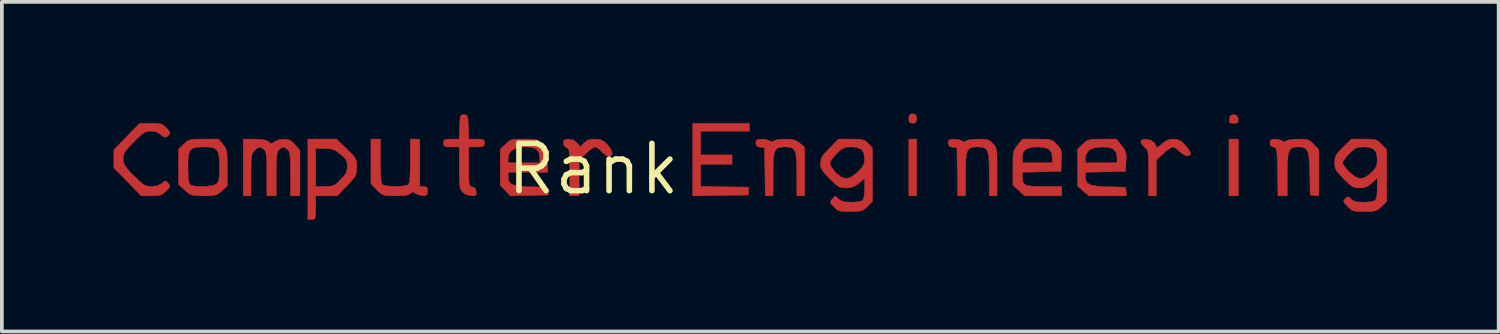
<source format=kicad_pcb>
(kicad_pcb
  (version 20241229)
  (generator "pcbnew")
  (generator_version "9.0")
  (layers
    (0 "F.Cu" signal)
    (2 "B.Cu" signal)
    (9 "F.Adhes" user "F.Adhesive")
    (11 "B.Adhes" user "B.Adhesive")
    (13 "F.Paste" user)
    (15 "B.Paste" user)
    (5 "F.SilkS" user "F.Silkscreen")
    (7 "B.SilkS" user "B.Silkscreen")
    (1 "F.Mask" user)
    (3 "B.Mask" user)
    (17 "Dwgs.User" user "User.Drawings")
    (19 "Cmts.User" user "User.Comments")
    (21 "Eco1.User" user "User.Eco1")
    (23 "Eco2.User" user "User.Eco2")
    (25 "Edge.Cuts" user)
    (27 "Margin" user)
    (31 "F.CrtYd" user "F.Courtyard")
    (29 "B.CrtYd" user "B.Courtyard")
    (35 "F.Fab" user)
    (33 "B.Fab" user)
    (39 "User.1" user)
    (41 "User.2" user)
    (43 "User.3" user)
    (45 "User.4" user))
  (footprint "Rank"
    (layer "F.Cu")
    (at 12.874 1.487)
    (property "Reference" "Rank" (at 0 0 0) (layer "F.SilkS") (effects (font (size 1.27 1.27) (thickness 0.15))))
    (attr through_hole)
    (fp_poly (pts (xy 8.678 0.72) (xy 8.467 0.72) (xy 8.467 -0.804) (xy 8.678 -0.804) (xy 8.678 0.72)) (stroke (width 0.01) (type solid)) (fill yes) (layer "F.Cu"))
    (fp_poly (pts (xy 17.314 0.72) (xy 17.06 0.72) (xy 17.06 -0.804) (xy 17.314 -0.804) (xy 17.314 0.72)) (stroke (width 0.01) (type solid)) (fill yes) (layer "F.Cu"))
    (fp_poly (pts (xy 8.648 -1.468) (xy 8.676 -1.41) (xy 8.678 -1.355) (xy 8.667 -1.264) (xy 8.619 -1.231) (xy 8.572 -1.228) (xy 8.497 -1.241) (xy 8.469 -1.299) (xy 8.467 -1.355) (xy 8.478 -1.445) (xy 8.526 -1.479) (xy 8.572 -1.482) (xy 8.648 -1.468)) (stroke (width 0.01) (type solid)) (fill yes) (layer "F.Cu"))
    (fp_poly (pts (xy 17.269 -1.442) (xy 17.303 -1.37) (xy 17.307 -1.344) (xy 17.306 -1.263) (xy 17.264 -1.232) (xy 17.187 -1.228) (xy 17.096 -1.236) (xy 17.065 -1.276) (xy 17.068 -1.344) (xy 17.095 -1.431) (xy 17.164 -1.46) (xy 17.187 -1.46) (xy 17.269 -1.442)) (stroke (width 0.01) (type solid)) (fill yes) (layer "F.Cu"))
    (fp_poly (pts (xy 4.191 -1.016) (xy 2.879 -1.016) (xy 2.879 -0.381) (xy 3.725 -0.381) (xy 3.725 -0.127) (xy 2.879 -0.127) (xy 2.879 0.463) (xy 3.524 0.475) (xy 4.17 0.487) (xy 4.17 0.699) (xy 2.667 0.722) (xy 2.667 -1.228) (xy 4.191 -1.228) (xy 4.191 -1.016)) (stroke (width 0.01) (type solid)) (fill yes) (layer "F.Cu"))
    (fp_poly (pts (xy 0.18 -0.794) (xy 0.28 -0.748) (xy 0.373 -0.665) (xy 0.465 -0.545) (xy 0.506 -0.441) (xy 0.492 -0.367) (xy 0.422 -0.339) (xy 0.421 -0.339) (xy 0.338 -0.369) (xy 0.244 -0.446) (xy 0.226 -0.466) (xy 0.141 -0.548) (xy 0.064 -0.591) (xy 0.051 -0.593) (xy -0.015 -0.565) (xy -0.114 -0.492) (xy -0.199 -0.415) (xy -0.381 -0.236) (xy -0.381 0.72) (xy -0.635 0.72) (xy -0.635 0.088) (xy -0.636 -0.157) (xy -0.639 -0.329) (xy -0.646 -0.444) (xy -0.659 -0.513) (xy -0.68 -0.55) (xy -0.71 -0.568) (xy -0.72 -0.572) (xy -0.791 -0.634) (xy -0.804 -0.701) (xy -0.792 -0.772) (xy -0.74 -0.8) (xy -0.659 -0.804) (xy -0.521 -0.776) (xy -0.432 -0.7) (xy -0.35 -0.596) (xy -0.252 -0.7) (xy -0.162 -0.771) (xy -0.048 -0.801) (xy 0.041 -0.804) (xy 0.18 -0.794)) (stroke (width 0.01) (type solid)) (fill yes) (layer "F.Cu"))
    (fp_poly (pts (xy 5.309 -0.798) (xy 5.418 -0.774) (xy 5.508 -0.722) (xy 5.542 -0.695) (xy 5.673 -0.585) (xy 5.673 0.72) (xy 5.461 0.72) (xy 5.461 0.134) (xy 5.458 -0.131) (xy 5.447 -0.322) (xy 5.423 -0.452) (xy 5.379 -0.532) (xy 5.311 -0.575) (xy 5.213 -0.591) (xy 5.136 -0.593) (xy 5.024 -0.586) (xy 4.942 -0.56) (xy 4.886 -0.502) (xy 4.852 -0.4) (xy 4.834 -0.244) (xy 4.827 -0.021) (xy 4.826 0.141) (xy 4.826 0.72) (xy 4.617 0.72) (xy 4.593 -0.572) (xy 4.477 -0.585) (xy 4.389 -0.612) (xy 4.361 -0.681) (xy 4.36 -0.701) (xy 4.371 -0.769) (xy 4.418 -0.798) (xy 4.521 -0.804) (xy 4.64 -0.792) (xy 4.724 -0.761) (xy 4.733 -0.754) (xy 4.79 -0.725) (xy 4.834 -0.754) (xy 4.903 -0.781) (xy 5.029 -0.799) (xy 5.149 -0.804) (xy 5.309 -0.798)) (stroke (width 0.01) (type solid)) (fill yes) (layer "F.Cu"))
    (fp_poly (pts (xy -5.715 -0.22) (xy -5.711 0.058) (xy -5.701 0.256) (xy -5.682 0.375) (xy -5.664 0.415) (xy -5.594 0.443) (xy -5.46 0.46) (xy -5.313 0.466) (xy -5.142 0.458) (xy -5.016 0.439) (xy -4.961 0.415) (xy -4.938 0.35) (xy -4.921 0.21) (xy -4.913 -0.009) (xy -4.911 -0.22) (xy -4.911 -0.804) (xy -4.657 -0.804) (xy -4.657 0.466) (xy -4.551 0.466) (xy -4.475 0.479) (xy -4.448 0.537) (xy -4.445 0.593) (xy -4.456 0.683) (xy -4.505 0.716) (xy -4.563 0.72) (xy -4.686 0.697) (xy -4.77 0.657) (xy -4.842 0.617) (xy -4.889 0.633) (xy -4.911 0.657) (xy -4.968 0.691) (xy -5.077 0.712) (xy -5.253 0.719) (xy -5.309 0.72) (xy -5.481 0.718) (xy -5.593 0.709) (xy -5.67 0.683) (xy -5.737 0.634) (xy -5.812 0.559) (xy -5.969 0.399) (xy -5.969 -0.804) (xy -5.715 -0.804) (xy -5.715 -0.22)) (stroke (width 0.01) (type solid)) (fill yes) (layer "F.Cu"))
    (fp_poly (pts (xy 15.678 -0.795) (xy 15.766 -0.755) (xy 15.862 -0.667) (xy 15.894 -0.632) (xy 15.977 -0.528) (xy 16.027 -0.444) (xy 16.033 -0.41) (xy 15.98 -0.353) (xy 15.89 -0.361) (xy 15.78 -0.43) (xy 15.745 -0.463) (xy 15.651 -0.543) (xy 15.572 -0.589) (xy 15.553 -0.593) (xy 15.491 -0.566) (xy 15.393 -0.495) (xy 15.303 -0.418) (xy 15.113 -0.243) (xy 15.113 0.72) (xy 14.901 0.72) (xy 14.901 0.113) (xy 14.901 -0.125) (xy 14.898 -0.293) (xy 14.89 -0.407) (xy 14.875 -0.48) (xy 14.85 -0.529) (xy 14.814 -0.568) (xy 14.796 -0.585) (xy 14.707 -0.684) (xy 14.695 -0.757) (xy 14.759 -0.797) (xy 14.831 -0.804) (xy 14.964 -0.776) (xy 15.066 -0.702) (xy 15.112 -0.604) (xy 15.113 -0.592) (xy 15.139 -0.582) (xy 15.207 -0.627) (xy 15.253 -0.669) (xy 15.369 -0.762) (xy 15.485 -0.8) (xy 15.565 -0.804) (xy 15.678 -0.795)) (stroke (width 0.01) (type solid)) (fill yes) (layer "F.Cu"))
    (fp_poly (pts (xy 14.177 -0.635) (xy 14.252 -0.533) (xy 14.291 -0.445) (xy 14.304 -0.336) (xy 14.3 -0.201) (xy 14.287 0.064) (xy 13.208 0.087) (xy 13.208 0.206) (xy 13.22 0.307) (xy 13.265 0.378) (xy 13.353 0.426) (xy 13.497 0.455) (xy 13.709 0.471) (xy 13.823 0.475) (xy 14.287 0.487) (xy 14.301 0.603) (xy 14.314 0.72) (xy 13.296 0.72) (xy 13.146 0.588) (xy 12.996 0.457) (xy 12.996 -0.289) (xy 13.208 -0.289) (xy 13.208 -0.169) (xy 14.055 -0.169) (xy 14.055 -0.304) (xy 14.033 -0.444) (xy 13.96 -0.534) (xy 13.827 -0.581) (xy 13.659 -0.593) (xy 13.444 -0.569) (xy 13.297 -0.498) (xy 13.22 -0.38) (xy 13.208 -0.289) (xy 12.996 -0.289) (xy 12.996 -0.534) (xy 13.136 -0.669) (xy 13.206 -0.733) (xy 13.27 -0.773) (xy 13.35 -0.794) (xy 13.468 -0.803) (xy 13.647 -0.804) (xy 13.658 -0.804) (xy 14.04 -0.804) (xy 14.177 -0.635)) (stroke (width 0.01) (type solid)) (fill yes) (layer "F.Cu"))
    (fp_poly (pts (xy -6.622 -0.544) (xy -6.492 -0.417) (xy -6.412 -0.328) (xy -6.37 -0.254) (xy -6.353 -0.173) (xy -6.35 -0.065) (xy -6.35 -0.053) (xy -6.353 0.06) (xy -6.369 0.144) (xy -6.409 0.222) (xy -6.486 0.316) (xy -6.611 0.448) (xy -6.611 0.448) (xy -6.871 0.72) (xy -7.451 0.72) (xy -7.451 1.037) (xy -7.452 1.199) (xy -7.46 1.293) (xy -7.48 1.339) (xy -7.519 1.353) (xy -7.556 1.355) (xy -7.662 1.355) (xy -7.662 -0.55) (xy -7.451 -0.55) (xy -7.451 0.466) (xy -7.205 0.466) (xy -7.064 0.461) (xy -6.968 0.439) (xy -6.884 0.382) (xy -6.782 0.284) (xy -6.678 0.168) (xy -6.624 0.075) (xy -6.605 -0.027) (xy -6.604 -0.073) (xy -6.612 -0.182) (xy -6.647 -0.264) (xy -6.727 -0.347) (xy -6.788 -0.399) (xy -6.909 -0.489) (xy -7.014 -0.535) (xy -7.143 -0.549) (xy -7.212 -0.55) (xy -7.451 -0.55) (xy -7.662 -0.55) (xy -7.662 -0.804) (xy -6.893 -0.804) (xy -6.622 -0.544)) (stroke (width 0.01) (type solid)) (fill yes) (layer "F.Cu"))
    (fp_poly (pts (xy 19.078 -0.801) (xy 19.179 -0.784) (xy 19.253 -0.744) (xy 19.332 -0.671) (xy 19.338 -0.665) (xy 19.473 -0.525) (xy 19.473 0.725) (xy 19.241 0.699) (xy 19.229 0.129) (xy 19.22 -0.135) (xy 19.205 -0.326) (xy 19.177 -0.456) (xy 19.132 -0.535) (xy 19.065 -0.577) (xy 18.972 -0.592) (xy 18.923 -0.593) (xy 18.815 -0.586) (xy 18.737 -0.557) (xy 18.684 -0.496) (xy 18.651 -0.391) (xy 18.634 -0.229) (xy 18.627 0.000163) (xy 18.627 0.141) (xy 18.627 0.72) (xy 18.375 0.72) (xy 18.363 0.074) (xy 18.358 -0.172) (xy 18.353 -0.347) (xy 18.344 -0.462) (xy 18.331 -0.531) (xy 18.31 -0.566) (xy 18.281 -0.581) (xy 18.256 -0.585) (xy 18.18 -0.623) (xy 18.161 -0.701) (xy 18.174 -0.773) (xy 18.228 -0.801) (xy 18.301 -0.804) (xy 18.413 -0.79) (xy 18.49 -0.755) (xy 18.491 -0.754) (xy 18.549 -0.725) (xy 18.593 -0.754) (xy 18.662 -0.781) (xy 18.792 -0.799) (xy 18.923 -0.804) (xy 19.078 -0.801)) (stroke (width 0.01) (type solid)) (fill yes) (layer "F.Cu"))
    (fp_poly (pts (xy 10.487 -0.8) (xy 10.588 -0.783) (xy 10.661 -0.744) (xy 10.724 -0.686) (xy 10.767 -0.638) (xy 10.798 -0.591) (xy 10.818 -0.529) (xy 10.83 -0.438) (xy 10.835 -0.303) (xy 10.837 -0.108) (xy 10.837 0.076) (xy 10.837 0.72) (xy 10.626 0.72) (xy 10.626 0.134) (xy 10.623 -0.131) (xy 10.612 -0.322) (xy 10.587 -0.452) (xy 10.543 -0.532) (xy 10.475 -0.575) (xy 10.378 -0.591) (xy 10.301 -0.593) (xy 10.188 -0.586) (xy 10.107 -0.56) (xy 10.051 -0.502) (xy 10.017 -0.4) (xy 9.998 -0.244) (xy 9.991 -0.021) (xy 9.991 0.141) (xy 9.991 0.72) (xy 9.781 0.72) (xy 9.77 0.074) (xy 9.758 -0.572) (xy 9.641 -0.585) (xy 9.554 -0.612) (xy 9.526 -0.681) (xy 9.525 -0.701) (xy 9.535 -0.769) (xy 9.583 -0.798) (xy 9.686 -0.804) (xy 9.804 -0.792) (xy 9.889 -0.761) (xy 9.898 -0.754) (xy 9.955 -0.725) (xy 9.999 -0.754) (xy 10.069 -0.781) (xy 10.198 -0.799) (xy 10.33 -0.804) (xy 10.487 -0.8)) (stroke (width 0.01) (type solid)) (fill yes) (layer "F.Cu"))
    (fp_poly (pts (xy 12.096 -0.803) (xy 12.218 -0.796) (xy 12.298 -0.777) (xy 12.36 -0.74) (xy 12.424 -0.679) (xy 12.44 -0.663) (xy 12.512 -0.582) (xy 12.552 -0.511) (xy 12.568 -0.422) (xy 12.567 -0.285) (xy 12.564 -0.229) (xy 12.552 0.064) (xy 12.033 0.075) (xy 11.515 0.087) (xy 11.515 0.226) (xy 11.521 0.322) (xy 11.55 0.388) (xy 11.614 0.431) (xy 11.725 0.454) (xy 11.898 0.464) (xy 12.095 0.466) (xy 12.573 0.466) (xy 12.573 0.72) (xy 11.574 0.72) (xy 11.261 0.433) (xy 11.261 -0.028) (xy 11.262 -0.232) (xy 11.265 -0.311) (xy 11.515 -0.311) (xy 11.515 -0.169) (xy 12.319 -0.169) (xy 12.319 -0.304) (xy 12.297 -0.444) (xy 12.224 -0.535) (xy 12.091 -0.581) (xy 11.924 -0.593) (xy 11.727 -0.577) (xy 11.599 -0.526) (xy 11.532 -0.433) (xy 11.515 -0.311) (xy 11.265 -0.311) (xy 11.267 -0.371) (xy 11.282 -0.466) (xy 11.31 -0.536) (xy 11.355 -0.602) (xy 11.391 -0.647) (xy 11.521 -0.804) (xy 11.912 -0.804) (xy 12.096 -0.803)) (stroke (width 0.01) (type solid)) (fill yes) (layer "F.Cu"))
    (fp_poly (pts (xy -1.682 -0.803) (xy -1.567 -0.794) (xy -1.49 -0.771) (xy -1.427 -0.728) (xy -1.363 -0.665) (xy -1.292 -0.585) (xy -1.251 -0.512) (xy -1.233 -0.416) (xy -1.228 -0.272) (xy -1.228 -0.22) (xy -1.228 0.085) (xy -2.286 0.085) (xy -2.286 0.205) (xy -2.274 0.306) (xy -2.23 0.378) (xy -2.142 0.426) (xy -1.998 0.455) (xy -1.787 0.471) (xy -1.671 0.475) (xy -1.468 0.481) (xy -1.335 0.488) (xy -1.257 0.501) (xy -1.219 0.523) (xy -1.207 0.557) (xy -1.206 0.593) (xy -1.206 0.699) (xy -2.225 0.722) (xy -2.361 0.581) (xy -2.498 0.44) (xy -2.498 -0.289) (xy -2.286 -0.289) (xy -2.286 -0.169) (xy -1.439 -0.169) (xy -1.439 -0.304) (xy -1.461 -0.444) (xy -1.534 -0.534) (xy -1.667 -0.581) (xy -1.835 -0.593) (xy -2.05 -0.569) (xy -2.197 -0.498) (xy -2.274 -0.38) (xy -2.286 -0.289) (xy -2.498 -0.289) (xy -2.498 -0.534) (xy -2.358 -0.669) (xy -2.286 -0.735) (xy -2.22 -0.775) (xy -2.136 -0.796) (xy -2.012 -0.803) (xy -1.858 -0.804) (xy -1.682 -0.803)) (stroke (width 0.01) (type solid)) (fill yes) (layer "F.Cu"))
    (fp_poly (pts (xy -11.713 -1.225) (xy -11.609 -1.211) (xy -11.536 -1.178) (xy -11.468 -1.118) (xy -11.453 -1.102) (xy -11.379 -1.015) (xy -11.362 -0.957) (xy -11.386 -0.912) (xy -11.469 -0.852) (xy -11.557 -0.874) (xy -11.62 -0.931) (xy -11.728 -0.998) (xy -11.872 -1.016) (xy -11.959 -1.011) (xy -12.034 -0.987) (xy -12.114 -0.934) (xy -12.219 -0.84) (xy -12.331 -0.729) (xy -12.465 -0.59) (xy -12.549 -0.49) (xy -12.595 -0.411) (xy -12.613 -0.335) (xy -12.615 -0.273) (xy -12.61 -0.187) (xy -12.585 -0.113) (xy -12.529 -0.031) (xy -12.432 0.077) (xy -12.329 0.181) (xy -12.191 0.314) (xy -12.093 0.398) (xy -12.015 0.444) (xy -11.939 0.462) (xy -11.855 0.466) (xy -11.684 0.443) (xy -11.577 0.38) (xy -11.51 0.323) (xy -11.466 0.324) (xy -11.411 0.379) (xy -11.368 0.435) (xy -11.368 0.481) (xy -11.42 0.546) (xy -11.464 0.591) (xy -11.544 0.662) (xy -11.623 0.701) (xy -11.73 0.717) (xy -11.864 0.72) (xy -12.134 0.72) (xy -12.502 0.344) (xy -12.869 -0.031) (xy -12.869 -0.518) (xy -12.523 -0.873) (xy -12.177 -1.228) (xy -11.875 -1.228) (xy -11.713 -1.225)) (stroke (width 0.01) (type solid)) (fill yes) (layer "F.Cu"))
    (fp_poly (pts (xy -3.418 -1.456) (xy -3.386 -1.432) (xy -3.368 -1.37) (xy -3.358 -1.252) (xy -3.353 -1.132) (xy -3.341 -0.804) (xy -3.131 -0.804) (xy -3.006 -0.801) (xy -2.944 -0.783) (xy -2.923 -0.74) (xy -2.921 -0.699) (xy -2.928 -0.636) (xy -2.963 -0.604) (xy -3.048 -0.594) (xy -3.133 -0.593) (xy -3.344 -0.593) (xy -3.344 -0.066) (xy -3.344 0.152) (xy -3.34 0.301) (xy -3.331 0.393) (xy -3.314 0.443) (xy -3.287 0.465) (xy -3.249 0.473) (xy -3.17 0.514) (xy -3.14 0.603) (xy -3.14 0.682) (xy -3.179 0.714) (xy -3.271 0.72) (xy -3.429 0.682) (xy -3.506 0.622) (xy -3.544 0.575) (xy -3.57 0.52) (xy -3.586 0.44) (xy -3.594 0.319) (xy -3.598 0.141) (xy -3.598 -0.034) (xy -3.598 -0.593) (xy -3.81 -0.593) (xy -3.936 -0.596) (xy -3.998 -0.614) (xy -4.02 -0.656) (xy -4.022 -0.699) (xy -4.015 -0.762) (xy -3.979 -0.793) (xy -3.894 -0.803) (xy -3.812 -0.804) (xy -3.602 -0.804) (xy -3.59 -1.132) (xy -3.582 -1.297) (xy -3.57 -1.395) (xy -3.549 -1.443) (xy -3.51 -1.459) (xy -3.471 -1.46) (xy -3.418 -1.456)) (stroke (width 0.01) (type solid)) (fill yes) (layer "F.Cu"))
    (fp_poly (pts (xy -8.907 -0.797) (xy -8.785 -0.774) (xy -8.713 -0.734) (xy -8.649 -0.687) (xy -8.596 -0.702) (xy -8.559 -0.734) (xy -8.458 -0.784) (xy -8.316 -0.804) (xy -8.309 -0.804) (xy -8.187 -0.792) (xy -8.094 -0.744) (xy -8.005 -0.655) (xy -7.874 -0.505) (xy -7.874 0.72) (xy -8.128 0.72) (xy -8.128 0.134) (xy -8.129 -0.105) (xy -8.134 -0.273) (xy -8.144 -0.386) (xy -8.161 -0.458) (xy -8.187 -0.504) (xy -8.205 -0.523) (xy -8.298 -0.584) (xy -8.376 -0.572) (xy -8.439 -0.515) (xy -8.468 -0.469) (xy -8.488 -0.398) (xy -8.501 -0.286) (xy -8.507 -0.12) (xy -8.509 0.114) (xy -8.509 0.141) (xy -8.509 0.72) (xy -8.763 0.72) (xy -8.763 0.134) (xy -8.764 -0.105) (xy -8.769 -0.273) (xy -8.779 -0.386) (xy -8.796 -0.458) (xy -8.822 -0.504) (xy -8.84 -0.523) (xy -8.927 -0.582) (xy -9 -0.576) (xy -9.089 -0.5) (xy -9.094 -0.495) (xy -9.132 -0.448) (xy -9.158 -0.393) (xy -9.174 -0.313) (xy -9.182 -0.192) (xy -9.186 -0.014) (xy -9.186 0.161) (xy -9.186 0.72) (xy -9.398 0.72) (xy -9.398 -0.804) (xy -9.094 -0.804) (xy -8.907 -0.797)) (stroke (width 0.01) (type solid)) (fill yes) (layer "F.Cu"))
    (fp_poly (pts (xy -10.054 -0.804) (xy -9.938 -0.658) (xy -9.887 -0.591) (xy -9.854 -0.527) (xy -9.834 -0.446) (xy -9.825 -0.33) (xy -9.822 -0.16) (xy -9.821 -0.028) (xy -9.821 0.457) (xy -9.971 0.588) (xy -10.052 0.655) (xy -10.127 0.694) (xy -10.221 0.713) (xy -10.36 0.719) (xy -10.458 0.72) (xy -10.628 0.718) (xy -10.741 0.707) (xy -10.822 0.678) (xy -10.898 0.625) (xy -10.964 0.567) (xy -11.134 0.413) (xy -11.134 -0.044) (xy -10.88 -0.044) (xy -10.874 0.179) (xy -10.858 0.333) (xy -10.831 0.412) (xy -10.829 0.415) (xy -10.75 0.448) (xy -10.617 0.465) (xy -10.457 0.467) (xy -10.3 0.454) (xy -10.172 0.426) (xy -10.11 0.396) (xy -10.071 0.345) (xy -10.048 0.268) (xy -10.036 0.144) (xy -10.033 -0.039) (xy -10.038 -0.266) (xy -10.061 -0.421) (xy -10.112 -0.518) (xy -10.199 -0.57) (xy -10.333 -0.59) (xy -10.445 -0.593) (xy -10.623 -0.587) (xy -10.744 -0.561) (xy -10.82 -0.502) (xy -10.861 -0.396) (xy -10.877 -0.23) (xy -10.88 -0.044) (xy -11.134 -0.044) (xy -11.134 -0.534) (xy -10.994 -0.669) (xy -10.926 -0.732) (xy -10.864 -0.772) (xy -10.786 -0.793) (xy -10.672 -0.802) (xy -10.5 -0.804) (xy -10.454 -0.804) (xy -10.054 -0.804)) (stroke (width 0.01) (type solid)) (fill yes) (layer "F.Cu"))
    (fp_poly (pts (xy 7.096 -0.802) (xy 7.209 -0.792) (xy 7.283 -0.767) (xy 7.344 -0.721) (xy 7.379 -0.686) (xy 7.493 -0.567) (xy 7.493 0.872) (xy 7.353 1.008) (xy 7.276 1.077) (xy 7.204 1.118) (xy 7.112 1.137) (xy 6.974 1.143) (xy 6.896 1.143) (xy 6.729 1.141) (xy 6.622 1.128) (xy 6.549 1.099) (xy 6.484 1.045) (xy 6.457 1.017) (xy 6.382 0.934) (xy 6.361 0.883) (xy 6.388 0.833) (xy 6.413 0.804) (xy 6.491 0.718) (xy 6.582 0.804) (xy 6.662 0.856) (xy 6.774 0.883) (xy 6.926 0.889) (xy 7.072 0.881) (xy 7.185 0.86) (xy 7.231 0.838) (xy 7.258 0.769) (xy 7.276 0.642) (xy 7.281 0.516) (xy 7.281 0.245) (xy 7.132 0.377) (xy 7.01 0.465) (xy 6.888 0.503) (xy 6.786 0.508) (xy 6.684 0.503) (xy 6.604 0.481) (xy 6.523 0.429) (xy 6.418 0.335) (xy 6.343 0.261) (xy 6.218 0.131) (xy 6.144 0.036) (xy 6.107 -0.044) (xy 6.096 -0.131) (xy 6.096 -0.151) (xy 6.096 -0.152) (xy 6.35 -0.152) (xy 6.378 -0.074) (xy 6.451 0.03) (xy 6.507 0.093) (xy 6.649 0.213) (xy 6.78 0.256) (xy 6.913 0.222) (xy 7.062 0.111) (xy 7.1 0.076) (xy 7.206 -0.038) (xy 7.261 -0.13) (xy 7.28 -0.229) (xy 7.281 -0.27) (xy 7.259 -0.432) (xy 7.187 -0.534) (xy 7.055 -0.584) (xy 6.927 -0.593) (xy 6.799 -0.587) (xy 6.706 -0.558) (xy 6.614 -0.493) (xy 6.532 -0.415) (xy 6.434 -0.305) (xy 6.368 -0.206) (xy 6.35 -0.152) (xy 6.096 -0.152) (xy 6.104 -0.242) (xy 6.135 -0.323) (xy 6.202 -0.415) (xy 6.318 -0.54) (xy 6.338 -0.56) (xy 6.58 -0.804) (xy 6.923 -0.804) (xy 7.096 -0.802)) (stroke (width 0.01) (type solid)) (fill yes) (layer "F.Cu"))
    (fp_poly (pts (xy 20.854 -0.803) (xy 20.965 -0.792) (xy 21.041 -0.766) (xy 21.106 -0.717) (xy 21.158 -0.665) (xy 21.294 -0.525) (xy 21.294 0.872) (xy 21.154 1.008) (xy 21.076 1.077) (xy 21.005 1.118) (xy 20.913 1.137) (xy 20.774 1.143) (xy 20.697 1.143) (xy 20.532 1.141) (xy 20.425 1.129) (xy 20.351 1.099) (xy 20.282 1.042) (xy 20.243 1.002) (xy 20.162 0.915) (xy 20.134 0.862) (xy 20.153 0.821) (xy 20.185 0.79) (xy 20.248 0.744) (xy 20.296 0.758) (xy 20.341 0.804) (xy 20.406 0.854) (xy 20.501 0.881) (xy 20.652 0.889) (xy 20.678 0.889) (xy 20.828 0.881) (xy 20.942 0.86) (xy 20.989 0.838) (xy 21.017 0.769) (xy 21.035 0.64) (xy 21.04 0.512) (xy 21.04 0.237) (xy 20.9 0.373) (xy 20.788 0.463) (xy 20.676 0.502) (xy 20.571 0.508) (xy 20.47 0.503) (xy 20.391 0.48) (xy 20.309 0.425) (xy 20.202 0.327) (xy 20.139 0.263) (xy 20.017 0.136) (xy 19.945 0.045) (xy 19.909 -0.035) (xy 19.897 -0.124) (xy 19.897 -0.169) (xy 20.108 -0.169) (xy 20.136 -0.109) (xy 20.209 -0.013) (xy 20.286 0.072) (xy 20.438 0.202) (xy 20.573 0.254) (xy 20.704 0.229) (xy 20.846 0.128) (xy 20.879 0.097) (xy 20.977 -0.01) (xy 21.025 -0.102) (xy 21.039 -0.218) (xy 21.04 -0.249) (xy 21.021 -0.42) (xy 20.956 -0.526) (xy 20.834 -0.58) (xy 20.682 -0.593) (xy 20.553 -0.587) (xy 20.462 -0.56) (xy 20.374 -0.497) (xy 20.286 -0.411) (xy 20.191 -0.304) (xy 20.126 -0.214) (xy 20.108 -0.169) (xy 19.897 -0.169) (xy 19.897 -0.172) (xy 19.902 -0.277) (xy 19.928 -0.36) (xy 19.987 -0.445) (xy 20.093 -0.557) (xy 20.12 -0.584) (xy 20.344 -0.804) (xy 20.683 -0.804) (xy 20.854 -0.803)) (stroke (width 0.01) (type solid)) (fill yes) (layer "F.Cu")))
  (gr_rect
    (start -3 -3)
    (end 37.173 5.846)
    (stroke (width 0.1) (type default))
    (fill no)
    (layer "Edge.Cuts")))
</source>
